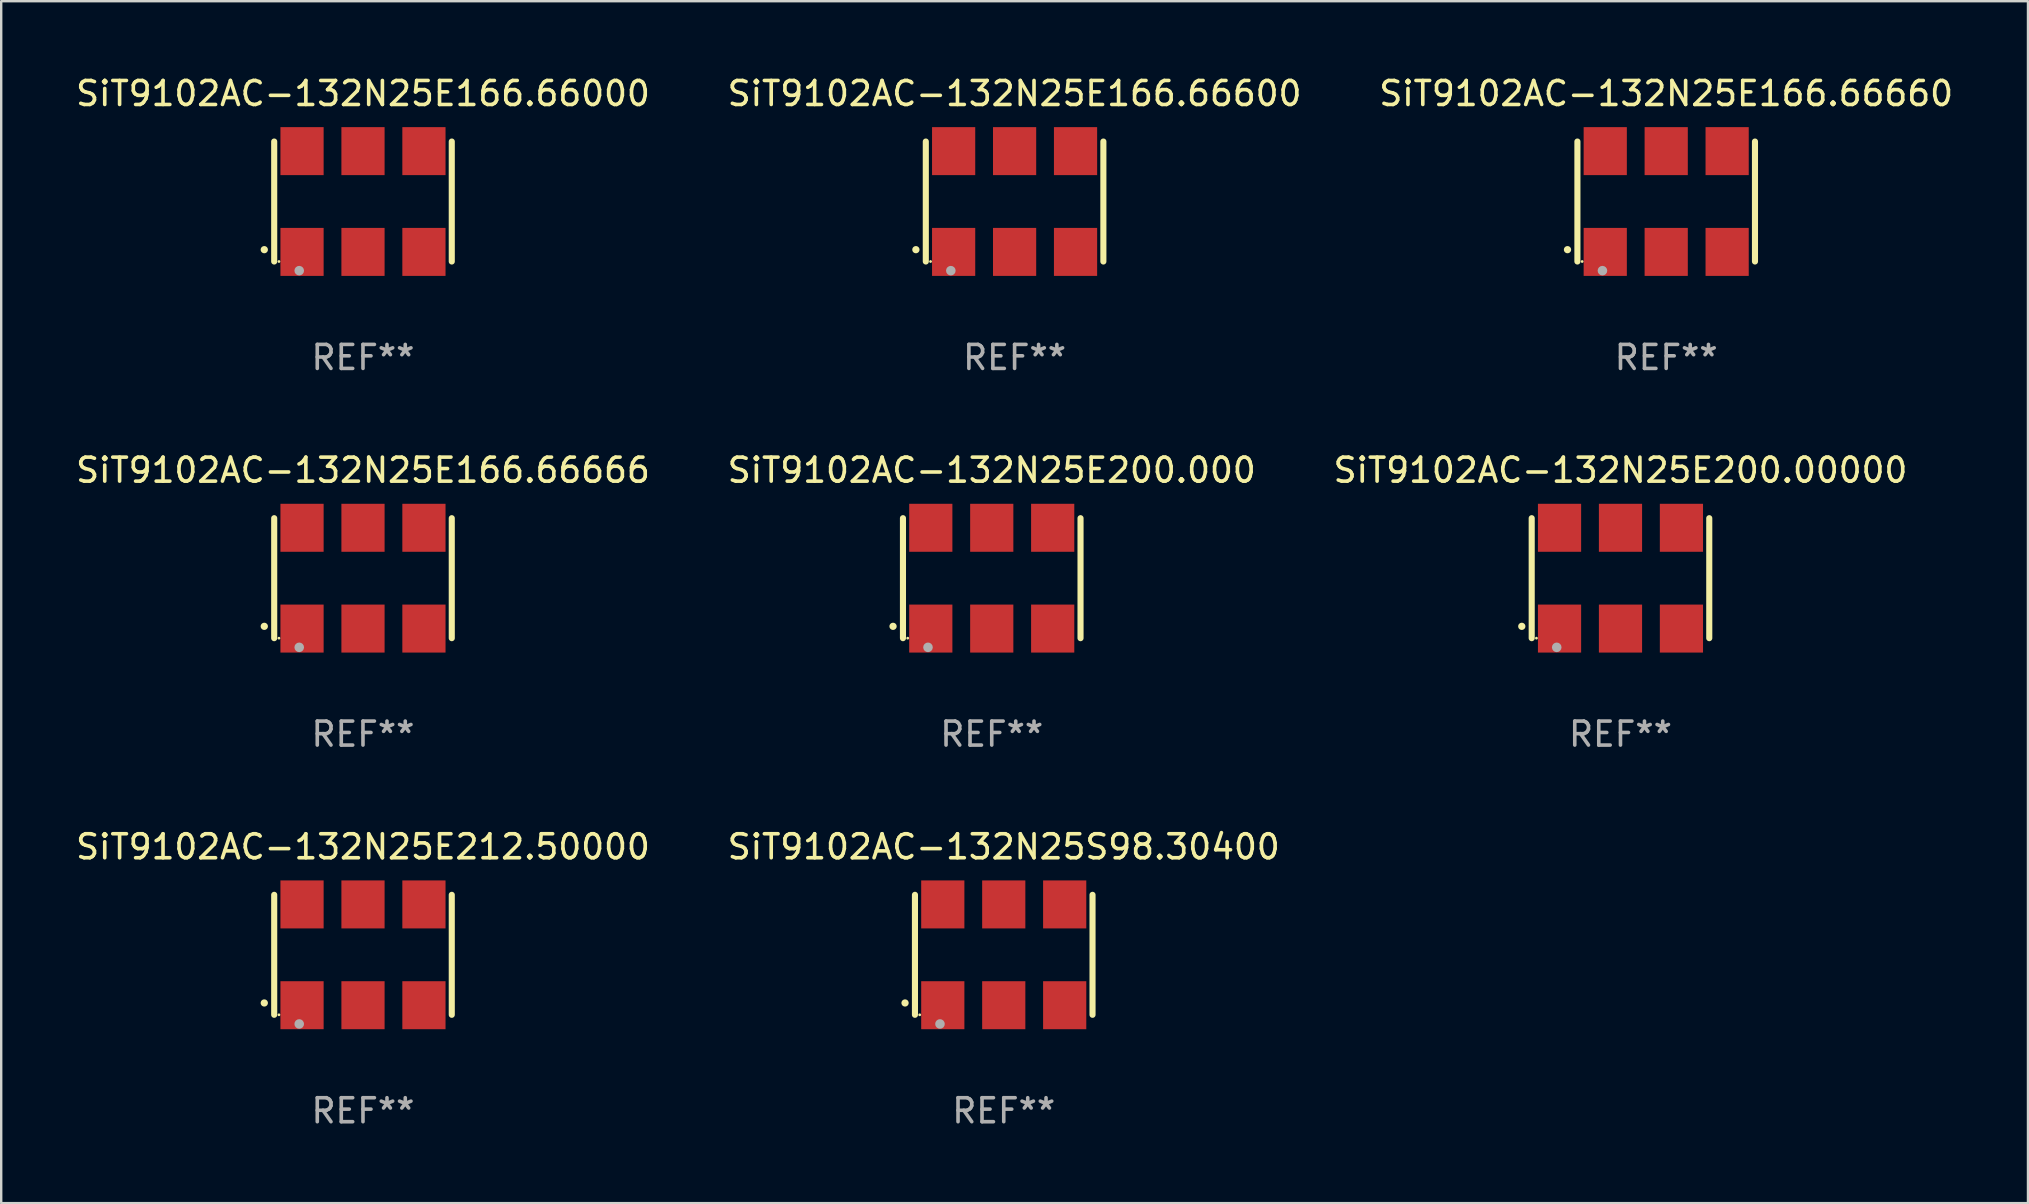
<source format=kicad_pcb>
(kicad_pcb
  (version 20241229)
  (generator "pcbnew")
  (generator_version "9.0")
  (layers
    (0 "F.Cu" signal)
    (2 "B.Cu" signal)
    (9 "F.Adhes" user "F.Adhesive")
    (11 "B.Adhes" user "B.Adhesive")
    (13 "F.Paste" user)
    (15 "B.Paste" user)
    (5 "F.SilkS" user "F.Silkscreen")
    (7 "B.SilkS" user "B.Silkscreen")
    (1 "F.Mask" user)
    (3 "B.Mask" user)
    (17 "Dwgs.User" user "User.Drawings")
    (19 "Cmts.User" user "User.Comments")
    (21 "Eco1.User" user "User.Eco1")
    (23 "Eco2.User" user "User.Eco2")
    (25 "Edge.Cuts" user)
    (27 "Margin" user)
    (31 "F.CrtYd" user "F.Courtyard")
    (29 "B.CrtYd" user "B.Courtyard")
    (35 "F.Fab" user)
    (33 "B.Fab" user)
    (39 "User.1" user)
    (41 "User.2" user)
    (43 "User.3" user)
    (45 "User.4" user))
  (footprint "SiT9102AC-132N25E200.00000"
    (layer "F.Cu")
    (at 64.482 21.045)
    (property "Reference" "SiT9102AC-132N25E200.00000" (at 0 -4.5 0) (layer "F.SilkS") (effects (font (size 1 1) (thickness 0.15))))
    (attr through_hole)
    (fp_line (start -3.7 -2.5) (end -3.7 2.5) (stroke (width 0.254) (type solid)) (layer "F.SilkS"))
    (fp_line (start 3.7 -2.5) (end 3.7 2.5) (stroke (width 0.254) (type solid)) (layer "F.SilkS"))
    (fp_arc (start -4.114415 2.006604) (mid -4.113145 2.006599) (end -4.111875 2.006604) (stroke (width 0.3) (type solid)) (layer "F.SilkS"))
    (fp_circle (center -3.502 2.5) (end -3.472 2.5) (stroke (width 0.06) (type solid)) (fill no) (layer "F.SilkS"))
    (fp_circle (center -2.657 2.882) (end -2.557 2.882) (stroke (width 0.2) (type solid)) (fill no) (layer "F.Fab"))
    (fp_text user "REF**" (at 0 6.5 0) (layer "F.Fab") (effects (font (size 1 1) (thickness 0.15))))
    (pad "1" smd rect (at -2.54 2.1) (size 1.8 2) (layers "F.Cu" "F.Mask" "F.Paste"))
    (pad "2" smd rect (at 0.000394 2.1) (size 1.8 2) (layers "F.Cu" "F.Mask" "F.Paste"))
    (pad "3" smd rect (at 2.54 2.1) (size 1.8 2) (layers "F.Cu" "F.Mask" "F.Paste"))
    (pad "4" smd rect (at 2.54 -2.1) (size 1.8 2) (layers "F.Cu" "F.Mask" "F.Paste"))
    (pad "5" smd rect (at 0.000394 -2.1) (size 1.8 2) (layers "F.Cu" "F.Mask" "F.Paste"))
    (pad "6" smd rect (at -2.54 -2.1) (size 1.8 2) (layers "F.Cu" "F.Mask" "F.Paste")))
  (footprint "SiT9102AC-132N25E212.50000"
    (layer "F.Cu")
    (at 12.077 36.741)
    (property "Reference" "SiT9102AC-132N25E212.50000" (at 0 -4.5 0) (layer "F.SilkS") (effects (font (size 1 1) (thickness 0.15))))
    (attr through_hole)
    (fp_line (start -3.7 -2.5) (end -3.7 2.5) (stroke (width 0.254) (type solid)) (layer "F.SilkS"))
    (fp_line (start 3.7 -2.5) (end 3.7 2.5) (stroke (width 0.254) (type solid)) (layer "F.SilkS"))
    (fp_arc (start -4.114415 2.006604) (mid -4.113145 2.006599) (end -4.111875 2.006604) (stroke (width 0.3) (type solid)) (layer "F.SilkS"))
    (fp_circle (center -3.502 2.5) (end -3.472 2.5) (stroke (width 0.06) (type solid)) (fill no) (layer "F.SilkS"))
    (fp_circle (center -2.657 2.882) (end -2.557 2.882) (stroke (width 0.2) (type solid)) (fill no) (layer "F.Fab"))
    (fp_text user "REF**" (at 0 6.5 0) (layer "F.Fab") (effects (font (size 1 1) (thickness 0.15))))
    (pad "1" smd rect (at -2.54 2.1) (size 1.8 2) (layers "F.Cu" "F.Mask" "F.Paste"))
    (pad "2" smd rect (at 0.000394 2.1) (size 1.8 2) (layers "F.Cu" "F.Mask" "F.Paste"))
    (pad "3" smd rect (at 2.54 2.1) (size 1.8 2) (layers "F.Cu" "F.Mask" "F.Paste"))
    (pad "4" smd rect (at 2.54 -2.1) (size 1.8 2) (layers "F.Cu" "F.Mask" "F.Paste"))
    (pad "5" smd rect (at 0.000394 -2.1) (size 1.8 2) (layers "F.Cu" "F.Mask" "F.Paste"))
    (pad "6" smd rect (at -2.54 -2.1) (size 1.8 2) (layers "F.Cu" "F.Mask" "F.Paste")))
  (footprint "SiT9102AC-132N25S98.30400"
    (layer "F.Cu")
    (at 38.78 36.741)
    (property "Reference" "SiT9102AC-132N25S98.30400" (at 0 -4.5 0) (layer "F.SilkS") (effects (font (size 1 1) (thickness 0.15))))
    (attr through_hole)
    (fp_line (start -3.7 -2.5) (end -3.7 2.5) (stroke (width 0.254) (type solid)) (layer "F.SilkS"))
    (fp_line (start 3.7 -2.5) (end 3.7 2.5) (stroke (width 0.254) (type solid)) (layer "F.SilkS"))
    (fp_arc (start -4.114415 2.006604) (mid -4.113145 2.006599) (end -4.111875 2.006604) (stroke (width 0.3) (type solid)) (layer "F.SilkS"))
    (fp_circle (center -3.502 2.5) (end -3.472 2.5) (stroke (width 0.06) (type solid)) (fill no) (layer "F.SilkS"))
    (fp_circle (center -2.657 2.882) (end -2.557 2.882) (stroke (width 0.2) (type solid)) (fill no) (layer "F.Fab"))
    (fp_text user "REF**" (at 0 6.5 0) (layer "F.Fab") (effects (font (size 1 1) (thickness 0.15))))
    (pad "1" smd rect (at -2.54 2.1) (size 1.8 2) (layers "F.Cu" "F.Mask" "F.Paste"))
    (pad "2" smd rect (at 0.000394 2.1) (size 1.8 2) (layers "F.Cu" "F.Mask" "F.Paste"))
    (pad "3" smd rect (at 2.54 2.1) (size 1.8 2) (layers "F.Cu" "F.Mask" "F.Paste"))
    (pad "4" smd rect (at 2.54 -2.1) (size 1.8 2) (layers "F.Cu" "F.Mask" "F.Paste"))
    (pad "5" smd rect (at 0.000394 -2.1) (size 1.8 2) (layers "F.Cu" "F.Mask" "F.Paste"))
    (pad "6" smd rect (at -2.54 -2.1) (size 1.8 2) (layers "F.Cu" "F.Mask" "F.Paste")))
  (footprint "SiT9102AC-132N25E200.000"
    (layer "F.Cu")
    (at 38.28 21.045)
    (property "Reference" "SiT9102AC-132N25E200.000" (at 0 -4.5 0) (layer "F.SilkS") (effects (font (size 1 1) (thickness 0.15))))
    (attr through_hole)
    (fp_line (start -3.7 -2.5) (end -3.7 2.5) (stroke (width 0.254) (type solid)) (layer "F.SilkS"))
    (fp_line (start 3.7 -2.5) (end 3.7 2.5) (stroke (width 0.254) (type solid)) (layer "F.SilkS"))
    (fp_arc (start -4.114415 2.006604) (mid -4.113145 2.006599) (end -4.111875 2.006604) (stroke (width 0.3) (type solid)) (layer "F.SilkS"))
    (fp_circle (center -3.502 2.5) (end -3.472 2.5) (stroke (width 0.06) (type solid)) (fill no) (layer "F.SilkS"))
    (fp_circle (center -2.657 2.882) (end -2.557 2.882) (stroke (width 0.2) (type solid)) (fill no) (layer "F.Fab"))
    (fp_text user "REF**" (at 0 6.5 0) (layer "F.Fab") (effects (font (size 1 1) (thickness 0.15))))
    (pad "1" smd rect (at -2.54 2.1) (size 1.8 2) (layers "F.Cu" "F.Mask" "F.Paste"))
    (pad "2" smd rect (at 0.000394 2.1) (size 1.8 2) (layers "F.Cu" "F.Mask" "F.Paste"))
    (pad "3" smd rect (at 2.54 2.1) (size 1.8 2) (layers "F.Cu" "F.Mask" "F.Paste"))
    (pad "4" smd rect (at 2.54 -2.1) (size 1.8 2) (layers "F.Cu" "F.Mask" "F.Paste"))
    (pad "5" smd rect (at 0.000394 -2.1) (size 1.8 2) (layers "F.Cu" "F.Mask" "F.Paste"))
    (pad "6" smd rect (at -2.54 -2.1) (size 1.8 2) (layers "F.Cu" "F.Mask" "F.Paste")))
  (footprint "SiT9102AC-132N25E166.66660"
    (layer "F.Cu")
    (at 66.387 5.348)
    (property "Reference" "SiT9102AC-132N25E166.66660" (at 0 -4.5 0) (layer "F.SilkS") (effects (font (size 1 1) (thickness 0.15))))
    (attr through_hole)
    (fp_line (start -3.7 -2.5) (end -3.7 2.5) (stroke (width 0.254) (type solid)) (layer "F.SilkS"))
    (fp_line (start 3.7 -2.5) (end 3.7 2.5) (stroke (width 0.254) (type solid)) (layer "F.SilkS"))
    (fp_arc (start -4.114415 2.006604) (mid -4.113145 2.006599) (end -4.111875 2.006604) (stroke (width 0.3) (type solid)) (layer "F.SilkS"))
    (fp_circle (center -3.502 2.5) (end -3.472 2.5) (stroke (width 0.06) (type solid)) (fill no) (layer "F.SilkS"))
    (fp_circle (center -2.657 2.882) (end -2.557 2.882) (stroke (width 0.2) (type solid)) (fill no) (layer "F.Fab"))
    (fp_text user "REF**" (at 0 6.5 0) (layer "F.Fab") (effects (font (size 1 1) (thickness 0.15))))
    (pad "1" smd rect (at -2.54 2.1) (size 1.8 2) (layers "F.Cu" "F.Mask" "F.Paste"))
    (pad "2" smd rect (at 0.000394 2.1) (size 1.8 2) (layers "F.Cu" "F.Mask" "F.Paste"))
    (pad "3" smd rect (at 2.54 2.1) (size 1.8 2) (layers "F.Cu" "F.Mask" "F.Paste"))
    (pad "4" smd rect (at 2.54 -2.1) (size 1.8 2) (layers "F.Cu" "F.Mask" "F.Paste"))
    (pad "5" smd rect (at 0.000394 -2.1) (size 1.8 2) (layers "F.Cu" "F.Mask" "F.Paste"))
    (pad "6" smd rect (at -2.54 -2.1) (size 1.8 2) (layers "F.Cu" "F.Mask" "F.Paste")))
  (footprint "SiT9102AC-132N25E166.66666"
    (layer "F.Cu")
    (at 12.077 21.045)
    (property "Reference" "SiT9102AC-132N25E166.66666" (at 0 -4.5 0) (layer "F.SilkS") (effects (font (size 1 1) (thickness 0.15))))
    (attr through_hole)
    (fp_line (start -3.7 -2.5) (end -3.7 2.5) (stroke (width 0.254) (type solid)) (layer "F.SilkS"))
    (fp_line (start 3.7 -2.5) (end 3.7 2.5) (stroke (width 0.254) (type solid)) (layer "F.SilkS"))
    (fp_arc (start -4.114415 2.006604) (mid -4.113145 2.006599) (end -4.111875 2.006604) (stroke (width 0.3) (type solid)) (layer "F.SilkS"))
    (fp_circle (center -3.502 2.5) (end -3.472 2.5) (stroke (width 0.06) (type solid)) (fill no) (layer "F.SilkS"))
    (fp_circle (center -2.657 2.882) (end -2.557 2.882) (stroke (width 0.2) (type solid)) (fill no) (layer "F.Fab"))
    (fp_text user "REF**" (at 0 6.5 0) (layer "F.Fab") (effects (font (size 1 1) (thickness 0.15))))
    (pad "1" smd rect (at -2.54 2.1) (size 1.8 2) (layers "F.Cu" "F.Mask" "F.Paste"))
    (pad "2" smd rect (at 0.000394 2.1) (size 1.8 2) (layers "F.Cu" "F.Mask" "F.Paste"))
    (pad "3" smd rect (at 2.54 2.1) (size 1.8 2) (layers "F.Cu" "F.Mask" "F.Paste"))
    (pad "4" smd rect (at 2.54 -2.1) (size 1.8 2) (layers "F.Cu" "F.Mask" "F.Paste"))
    (pad "5" smd rect (at 0.000394 -2.1) (size 1.8 2) (layers "F.Cu" "F.Mask" "F.Paste"))
    (pad "6" smd rect (at -2.54 -2.1) (size 1.8 2) (layers "F.Cu" "F.Mask" "F.Paste")))
  (footprint "SiT9102AC-132N25E166.66600"
    (layer "F.Cu")
    (at 39.232 5.348)
    (property "Reference" "SiT9102AC-132N25E166.66600" (at 0 -4.5 0) (layer "F.SilkS") (effects (font (size 1 1) (thickness 0.15))))
    (attr through_hole)
    (fp_line (start -3.7 -2.5) (end -3.7 2.5) (stroke (width 0.254) (type solid)) (layer "F.SilkS"))
    (fp_line (start 3.7 -2.5) (end 3.7 2.5) (stroke (width 0.254) (type solid)) (layer "F.SilkS"))
    (fp_arc (start -4.114415 2.006604) (mid -4.113145 2.006599) (end -4.111875 2.006604) (stroke (width 0.3) (type solid)) (layer "F.SilkS"))
    (fp_circle (center -3.502 2.5) (end -3.472 2.5) (stroke (width 0.06) (type solid)) (fill no) (layer "F.SilkS"))
    (fp_circle (center -2.657 2.882) (end -2.557 2.882) (stroke (width 0.2) (type solid)) (fill no) (layer "F.Fab"))
    (fp_text user "REF**" (at 0 6.5 0) (layer "F.Fab") (effects (font (size 1 1) (thickness 0.15))))
    (pad "1" smd rect (at -2.54 2.1) (size 1.8 2) (layers "F.Cu" "F.Mask" "F.Paste"))
    (pad "2" smd rect (at 0.000394 2.1) (size 1.8 2) (layers "F.Cu" "F.Mask" "F.Paste"))
    (pad "3" smd rect (at 2.54 2.1) (size 1.8 2) (layers "F.Cu" "F.Mask" "F.Paste"))
    (pad "4" smd rect (at 2.54 -2.1) (size 1.8 2) (layers "F.Cu" "F.Mask" "F.Paste"))
    (pad "5" smd rect (at 0.000394 -2.1) (size 1.8 2) (layers "F.Cu" "F.Mask" "F.Paste"))
    (pad "6" smd rect (at -2.54 -2.1) (size 1.8 2) (layers "F.Cu" "F.Mask" "F.Paste")))
  (footprint "SiT9102AC-132N25E166.66000"
    (layer "F.Cu")
    (at 12.077 5.348)
    (property "Reference" "SiT9102AC-132N25E166.66000" (at 0 -4.5 0) (layer "F.SilkS") (effects (font (size 1 1) (thickness 0.15))))
    (attr through_hole)
    (fp_line (start -3.7 -2.5) (end -3.7 2.5) (stroke (width 0.254) (type solid)) (layer "F.SilkS"))
    (fp_line (start 3.7 -2.5) (end 3.7 2.5) (stroke (width 0.254) (type solid)) (layer "F.SilkS"))
    (fp_arc (start -4.114415 2.006604) (mid -4.113145 2.006599) (end -4.111875 2.006604) (stroke (width 0.3) (type solid)) (layer "F.SilkS"))
    (fp_circle (center -3.502 2.5) (end -3.472 2.5) (stroke (width 0.06) (type solid)) (fill no) (layer "F.SilkS"))
    (fp_circle (center -2.657 2.882) (end -2.557 2.882) (stroke (width 0.2) (type solid)) (fill no) (layer "F.Fab"))
    (fp_text user "REF**" (at 0 6.5 0) (layer "F.Fab") (effects (font (size 1 1) (thickness 0.15))))
    (pad "1" smd rect (at -2.54 2.1) (size 1.8 2) (layers "F.Cu" "F.Mask" "F.Paste"))
    (pad "2" smd rect (at 0.000394 2.1) (size 1.8 2) (layers "F.Cu" "F.Mask" "F.Paste"))
    (pad "3" smd rect (at 2.54 2.1) (size 1.8 2) (layers "F.Cu" "F.Mask" "F.Paste"))
    (pad "4" smd rect (at 2.54 -2.1) (size 1.8 2) (layers "F.Cu" "F.Mask" "F.Paste"))
    (pad "5" smd rect (at 0.000394 -2.1) (size 1.8 2) (layers "F.Cu" "F.Mask" "F.Paste"))
    (pad "6" smd rect (at -2.54 -2.1) (size 1.8 2) (layers "F.Cu" "F.Mask" "F.Paste")))
  (gr_rect
    (start -3 -3)
    (end 81.464 47.09)
    (stroke (width 0.1) (type default))
    (fill no)
    (layer "Edge.Cuts")))
</source>
